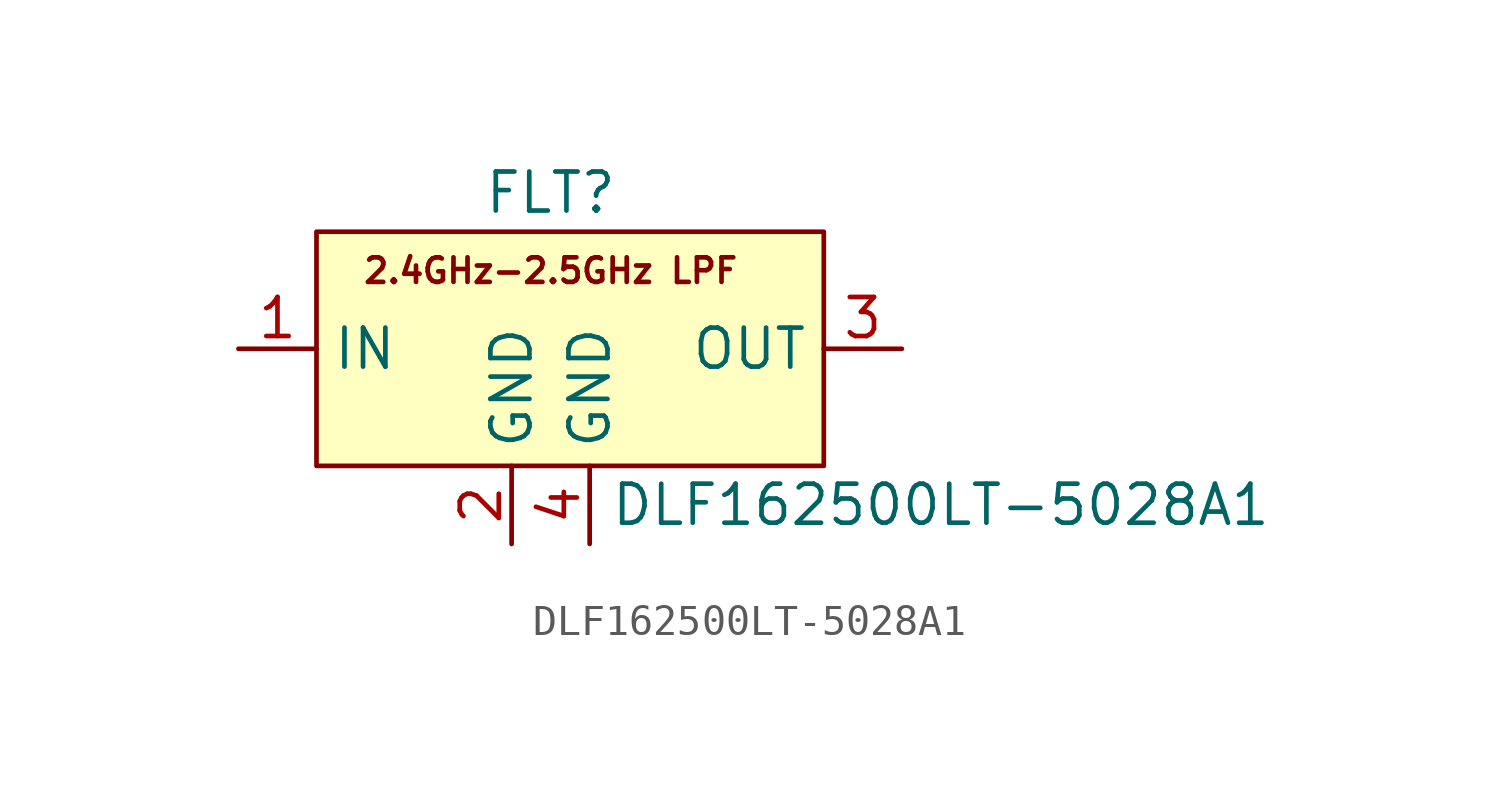
<source format=kicad_sym>
(kicad_symbol_lib
  (version 20220914)
  (generator kicad_symbol_editor)
  (symbol "DLF162500LT-5028A1"
    (property "Reference" "FLT"
      (at 0 5.08 0)
      (effects (font (size 1.27 1.27))))
    (property "Value" "DLF162500LT-5028A1"
      (at 12.7 -5.08 0)
      (effects (font (size 1.27 1.27))))
    (symbol "DLF162500LT-5028A1_0_0"
      (pin passive line (at -10.16 0 0) (length 2.54) (name "IN" (effects (font (size 1.27 1.27)))) (number "1" (effects (font (size 1.27 1.27)))))
      (pin passive line (at -1.27 -6.35 90) (length 2.54) (name "GND" (effects (font (size 1.27 1.27)))) (number "2" (effects (font (size 1.27 1.27)))))
      (pin passive line (at 11.43 0 180) (length 2.54) (name "OUT" (effects (font (size 1.27 1.27)))) (number "3" (effects (font (size 1.27 1.27)))))
      (pin passive line (at 1.27 -6.35 90) (length 2.54) (name "GND" (effects (font (size 1.27 1.27)))) (number "4" (effects (font (size 1.27 1.27))))))
    (symbol "DLF162500LT-5028A1_1_1"
      (rectangle (start -7.62 3.81) (end 8.89 -3.81) (stroke (width 0) (type default)) (fill (type background)))
      (text "2.4GHz-2.5GHz LPF\n" (at 0 2.54 0) (effects (font (size 0.8 0.8)))))))
</source>
